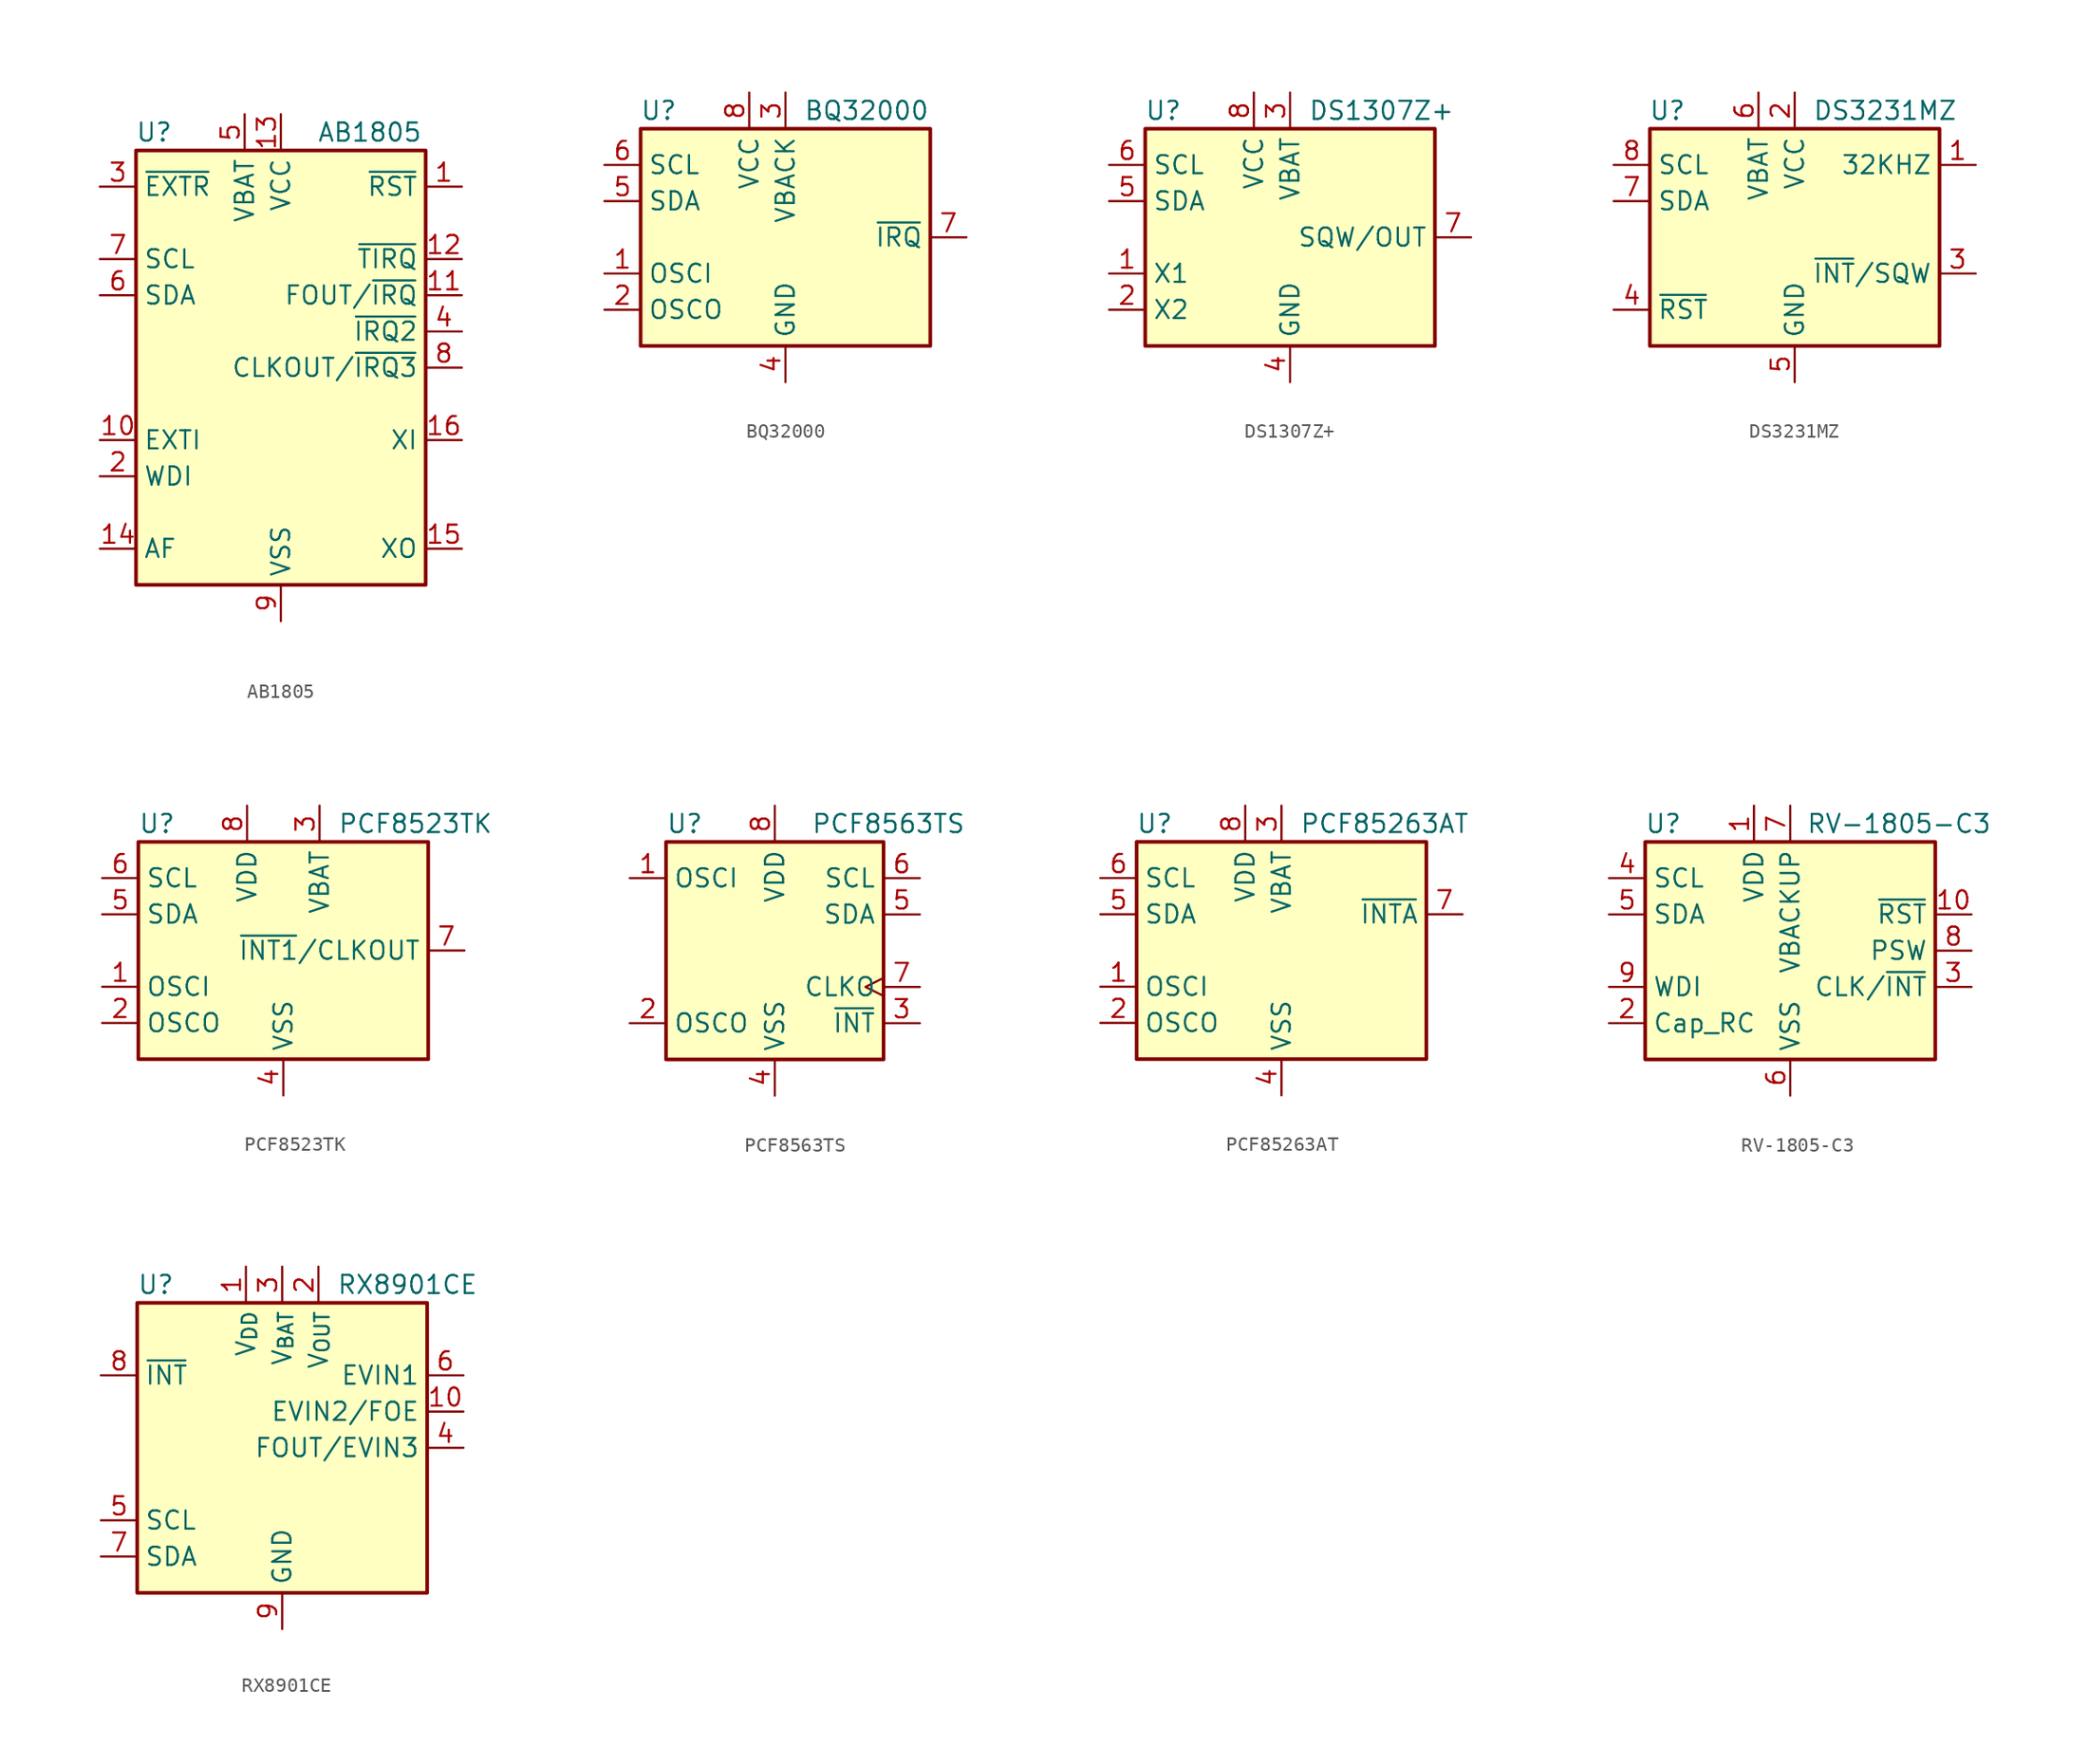
<source format=kicad_sym>
(kicad_symbol_lib
  (version 20231120)
  (generator "kicad_symbol_editor")
  (generator_version "8.0")
  (symbol "AB1805"
    (property "Reference" "U"
      (at -8.89 16.51 0)
      (effects (font (size 1.27 1.27))))
    (property "Value" "AB1805"
      (at 2.54 16.51 0)
      (effects (font (size 1.27 1.27)) (justify left)))
    (symbol "AB1805_0_1"
      (rectangle (start -10.16 15.24) (end 10.16 -15.24) (stroke (width 0.254) (type default)) (fill (type background))))
    (symbol "AB1805_1_1"
      (pin open_collector line (at 12.7 12.7 180) (length 2.54) (name "~{RST}" (effects (font (size 1.27 1.27)))) (number "1" (effects (font (size 1.27 1.27)))))
      (pin input line (at -12.7 -5.08 0) (length 2.54) (name "EXTI" (effects (font (size 1.27 1.27)))) (number "10" (effects (font (size 1.27 1.27)))))
      (pin open_collector line (at 12.7 5.08 180) (length 2.54) (name "FOUT/~{IRQ}" (effects (font (size 1.27 1.27)))) (number "11" (effects (font (size 1.27 1.27)))))
      (pin open_collector line (at 12.7 7.62 180) (length 2.54) (name "~{TIRQ}" (effects (font (size 1.27 1.27)))) (number "12" (effects (font (size 1.27 1.27)))))
      (pin power_in line (at 0 17.78 270) (length 2.54) (name "VCC" (effects (font (size 1.27 1.27)))) (number "13" (effects (font (size 1.27 1.27)))))
      (pin passive line (at -12.7 -12.7 0) (length 2.54) (name "AF" (effects (font (size 1.27 1.27)))) (number "14" (effects (font (size 1.27 1.27)))))
      (pin output line (at 12.7 -12.7 180) (length 2.54) (name "XO" (effects (font (size 1.27 1.27)))) (number "15" (effects (font (size 1.27 1.27)))))
      (pin input line (at 12.7 -5.08 180) (length 2.54) (name "XI" (effects (font (size 1.27 1.27)))) (number "16" (effects (font (size 1.27 1.27)))))
      (pin passive line (at 0 -17.78 90) (length 2.54) hide (name "VSS" (effects (font (size 1.27 1.27)))) (number "17" (effects (font (size 1.27 1.27)))))
      (pin input line (at -12.7 -7.62 0) (length 2.54) (name "WDI" (effects (font (size 1.27 1.27)))) (number "2" (effects (font (size 1.27 1.27)))))
      (pin input line (at -12.7 12.7 0) (length 2.54) (name "~{EXTR}" (effects (font (size 1.27 1.27)))) (number "3" (effects (font (size 1.27 1.27)))))
      (pin open_collector line (at 12.7 2.54 180) (length 2.54) (name "~{IRQ2}" (effects (font (size 1.27 1.27)))) (number "4" (effects (font (size 1.27 1.27)))))
      (pin power_in line (at -2.54 17.78 270) (length 2.54) (name "VBAT" (effects (font (size 1.27 1.27)))) (number "5" (effects (font (size 1.27 1.27)))))
      (pin bidirectional line (at -12.7 5.08 0) (length 2.54) (name "SDA" (effects (font (size 1.27 1.27)))) (number "6" (effects (font (size 1.27 1.27)))))
      (pin input line (at -12.7 7.62 0) (length 2.54) (name "SCL" (effects (font (size 1.27 1.27)))) (number "7" (effects (font (size 1.27 1.27)))))
      (pin output line (at 12.7 0 180) (length 2.54) (name "CLKOUT/~{IRQ3}" (effects (font (size 1.27 1.27)))) (number "8" (effects (font (size 1.27 1.27)))))
      (pin power_in line (at 0 -17.78 90) (length 2.54) (name "VSS" (effects (font (size 1.27 1.27)))) (number "9" (effects (font (size 1.27 1.27)))))))
  (symbol "BQ32000"
    (property "Reference" "U"
      (at -8.89 8.89 0)
      (effects (font (size 1.27 1.27))))
    (property "Value" "BQ32000"
      (at 1.27 8.89 0)
      (effects (font (size 1.27 1.27)) (justify left)))
    (symbol "BQ32000_0_1"
      (rectangle (start -10.16 7.62) (end 10.16 -7.62) (stroke (width 0.254) (type default)) (fill (type background))))
    (symbol "BQ32000_1_1"
      (pin input line (at -12.7 -2.54 0) (length 2.54) (name "OSCI" (effects (font (size 1.27 1.27)))) (number "1" (effects (font (size 1.27 1.27)))))
      (pin input line (at -12.7 -5.08 0) (length 2.54) (name "OSCO" (effects (font (size 1.27 1.27)))) (number "2" (effects (font (size 1.27 1.27)))))
      (pin power_in line (at 0 10.16 270) (length 2.54) (name "VBACK" (effects (font (size 1.27 1.27)))) (number "3" (effects (font (size 1.27 1.27)))))
      (pin power_in line (at 0 -10.16 90) (length 2.54) (name "GND" (effects (font (size 1.27 1.27)))) (number "4" (effects (font (size 1.27 1.27)))))
      (pin bidirectional line (at -12.7 2.54 0) (length 2.54) (name "SDA" (effects (font (size 1.27 1.27)))) (number "5" (effects (font (size 1.27 1.27)))))
      (pin input line (at -12.7 5.08 0) (length 2.54) (name "SCL" (effects (font (size 1.27 1.27)))) (number "6" (effects (font (size 1.27 1.27)))))
      (pin open_collector line (at 12.7 0 180) (length 2.54) (name "~{IRQ}" (effects (font (size 1.27 1.27)))) (number "7" (effects (font (size 1.27 1.27)))))
      (pin power_in line (at -2.54 10.16 270) (length 2.54) (name "VCC" (effects (font (size 1.27 1.27)))) (number "8" (effects (font (size 1.27 1.27)))))))
  (symbol "DS1307Z+"
    (property "Reference" "U"
      (at -8.89 8.89 0)
      (effects (font (size 1.27 1.27))))
    (property "Value" "DS1307Z+"
      (at 1.27 8.89 0)
      (effects (font (size 1.27 1.27)) (justify left)))
    (symbol "DS1307Z+_0_1"
      (rectangle (start -10.16 7.62) (end 10.16 -7.62) (stroke (width 0.254) (type default)) (fill (type background))))
    (symbol "DS1307Z+_1_1"
      (pin input line (at -12.7 -2.54 0) (length 2.54) (name "X1" (effects (font (size 1.27 1.27)))) (number "1" (effects (font (size 1.27 1.27)))))
      (pin input line (at -12.7 -5.08 0) (length 2.54) (name "X2" (effects (font (size 1.27 1.27)))) (number "2" (effects (font (size 1.27 1.27)))))
      (pin power_in line (at 0 10.16 270) (length 2.54) (name "VBAT" (effects (font (size 1.27 1.27)))) (number "3" (effects (font (size 1.27 1.27)))))
      (pin power_in line (at 0 -10.16 90) (length 2.54) (name "GND" (effects (font (size 1.27 1.27)))) (number "4" (effects (font (size 1.27 1.27)))))
      (pin bidirectional line (at -12.7 2.54 0) (length 2.54) (name "SDA" (effects (font (size 1.27 1.27)))) (number "5" (effects (font (size 1.27 1.27)))))
      (pin input line (at -12.7 5.08 0) (length 2.54) (name "SCL" (effects (font (size 1.27 1.27)))) (number "6" (effects (font (size 1.27 1.27)))))
      (pin open_collector line (at 12.7 0 180) (length 2.54) (name "SQW/OUT" (effects (font (size 1.27 1.27)))) (number "7" (effects (font (size 1.27 1.27)))))
      (pin power_in line (at -2.54 10.16 270) (length 2.54) (name "VCC" (effects (font (size 1.27 1.27)))) (number "8" (effects (font (size 1.27 1.27)))))))
  (symbol "DS3231MZ"
    (property "Reference" "U"
      (at -7.62 8.89 0)
      (effects (font (size 1.27 1.27)) (justify right)))
    (property "Value" "DS3231MZ"
      (at 11.43 8.89 0)
      (effects (font (size 1.27 1.27)) (justify right)))
    (symbol "DS3231MZ_0_1"
      (rectangle (start -10.16 7.62) (end 10.16 -7.62) (stroke (width 0.254) (type default)) (fill (type background))))
    (symbol "DS3231MZ_1_1"
      (pin open_collector line (at 12.7 5.08 180) (length 2.54) (name "32KHZ" (effects (font (size 1.27 1.27)))) (number "1" (effects (font (size 1.27 1.27)))))
      (pin power_in line (at 0 10.16 270) (length 2.54) (name "VCC" (effects (font (size 1.27 1.27)))) (number "2" (effects (font (size 1.27 1.27)))))
      (pin open_collector line (at 12.7 -2.54 180) (length 2.54) (name "~{INT}/SQW" (effects (font (size 1.27 1.27)))) (number "3" (effects (font (size 1.27 1.27)))))
      (pin bidirectional line (at -12.7 -5.08 0) (length 2.54) (name "~{RST}" (effects (font (size 1.27 1.27)))) (number "4" (effects (font (size 1.27 1.27)))))
      (pin power_in line (at 0 -10.16 90) (length 2.54) (name "GND" (effects (font (size 1.27 1.27)))) (number "5" (effects (font (size 1.27 1.27)))))
      (pin power_in line (at -2.54 10.16 270) (length 2.54) (name "VBAT" (effects (font (size 1.27 1.27)))) (number "6" (effects (font (size 1.27 1.27)))))
      (pin bidirectional line (at -12.7 2.54 0) (length 2.54) (name "SDA" (effects (font (size 1.27 1.27)))) (number "7" (effects (font (size 1.27 1.27)))))
      (pin input line (at -12.7 5.08 0) (length 2.54) (name "SCL" (effects (font (size 1.27 1.27)))) (number "8" (effects (font (size 1.27 1.27)))))))
  (symbol "PCF8523TK"
    (property "Reference" "U"
      (at -10.16 8.89 0)
      (effects (font (size 1.27 1.27)) (justify left)))
    (property "Value" "PCF8523TK"
      (at 3.81 8.89 0)
      (effects (font (size 1.27 1.27)) (justify left)))
    (symbol "PCF8523TK_0_1"
      (rectangle (start -10.16 7.62) (end 10.16 -7.62) (stroke (width 0.254) (type default)) (fill (type background))))
    (symbol "PCF8523TK_1_1"
      (pin input line (at -12.7 -2.54 0) (length 2.54) (name "OSCI" (effects (font (size 1.27 1.27)))) (number "1" (effects (font (size 1.27 1.27)))))
      (pin output line (at -12.7 -5.08 0) (length 2.54) (name "OSCO" (effects (font (size 1.27 1.27)))) (number "2" (effects (font (size 1.27 1.27)))))
      (pin power_in line (at 2.54 10.16 270) (length 2.54) (name "VBAT" (effects (font (size 1.27 1.27)))) (number "3" (effects (font (size 1.27 1.27)))))
      (pin power_in line (at 0 -10.16 90) (length 2.54) (name "VSS" (effects (font (size 1.27 1.27)))) (number "4" (effects (font (size 1.27 1.27)))))
      (pin bidirectional line (at -12.7 2.54 0) (length 2.54) (name "SDA" (effects (font (size 1.27 1.27)))) (number "5" (effects (font (size 1.27 1.27)))))
      (pin input line (at -12.7 5.08 0) (length 2.54) (name "SCL" (effects (font (size 1.27 1.27)))) (number "6" (effects (font (size 1.27 1.27)))))
      (pin open_collector line (at 12.7 0 180) (length 2.54) (name "~{INT1}/CLKOUT" (effects (font (size 1.27 1.27)))) (number "7" (effects (font (size 1.27 1.27)))))
      (pin power_in line (at -2.54 10.16 270) (length 2.54) (name "VDD" (effects (font (size 1.27 1.27)))) (number "8" (effects (font (size 1.27 1.27)))))
      (pin passive line (at 0 -10.16 90) (length 2.54) hide (name "VSS" (effects (font (size 1.27 1.27)))) (number "9" (effects (font (size 1.27 1.27)))))))
  (symbol "PCF8563TS"
    (property "Reference" "U"
      (at -7.62 8.89 0)
      (effects (font (size 1.27 1.27)) (justify left)))
    (property "Value" "PCF8563TS"
      (at 2.54 8.89 0)
      (effects (font (size 1.27 1.27)) (justify left)))
    (symbol "PCF8563TS_0_1"
      (rectangle (start -7.62 7.62) (end 7.62 -7.62) (stroke (width 0.254) (type default)) (fill (type background))))
    (symbol "PCF8563TS_1_1"
      (pin input line (at -10.16 5.08 0) (length 2.54) (name "OSCI" (effects (font (size 1.27 1.27)))) (number "1" (effects (font (size 1.27 1.27)))))
      (pin output line (at -10.16 -5.08 0) (length 2.54) (name "OSCO" (effects (font (size 1.27 1.27)))) (number "2" (effects (font (size 1.27 1.27)))))
      (pin output line (at 10.16 -5.08 180) (length 2.54) (name "~{INT}" (effects (font (size 1.27 1.27)))) (number "3" (effects (font (size 1.27 1.27)))))
      (pin power_in line (at 0 -10.16 90) (length 2.54) (name "VSS" (effects (font (size 1.27 1.27)))) (number "4" (effects (font (size 1.27 1.27)))))
      (pin bidirectional line (at 10.16 2.54 180) (length 2.54) (name "SDA" (effects (font (size 1.27 1.27)))) (number "5" (effects (font (size 1.27 1.27)))))
      (pin input line (at 10.16 5.08 180) (length 2.54) (name "SCL" (effects (font (size 1.27 1.27)))) (number "6" (effects (font (size 1.27 1.27)))))
      (pin output clock (at 10.16 -2.54 180) (length 2.54) (name "CLKO" (effects (font (size 1.27 1.27)))) (number "7" (effects (font (size 1.27 1.27)))))
      (pin power_in line (at 0 10.16 270) (length 2.54) (name "VDD" (effects (font (size 1.27 1.27)))) (number "8" (effects (font (size 1.27 1.27)))))))
  (symbol "PCF85263AT"
    (property "Reference" "U"
      (at -8.89 8.89 0)
      (effects (font (size 1.27 1.27))))
    (property "Value" "PCF85263AT"
      (at 1.27 8.89 0)
      (effects (font (size 1.27 1.27)) (justify left)))
    (symbol "PCF85263AT_0_1"
      (rectangle (start -10.16 7.62) (end 10.16 -7.62) (stroke (width 0.254) (type default)) (fill (type background))))
    (symbol "PCF85263AT_1_1"
      (pin input line (at -12.7 -2.54 0) (length 2.54) (name "OSCI" (effects (font (size 1.27 1.27)))) (number "1" (effects (font (size 1.27 1.27)))))
      (pin output line (at -12.7 -5.08 0) (length 2.54) (name "OSCO" (effects (font (size 1.27 1.27)))) (number "2" (effects (font (size 1.27 1.27)))))
      (pin power_in line (at 0 10.16 270) (length 2.54) (name "VBAT" (effects (font (size 1.27 1.27)))) (number "3" (effects (font (size 1.27 1.27)))))
      (pin power_in line (at 0 -10.16 90) (length 2.54) (name "VSS" (effects (font (size 1.27 1.27)))) (number "4" (effects (font (size 1.27 1.27)))))
      (pin bidirectional line (at -12.7 2.54 0) (length 2.54) (name "SDA" (effects (font (size 1.27 1.27)))) (number "5" (effects (font (size 1.27 1.27)))))
      (pin input line (at -12.7 5.08 0) (length 2.54) (name "SCL" (effects (font (size 1.27 1.27)))) (number "6" (effects (font (size 1.27 1.27)))))
      (pin open_collector line (at 12.7 2.54 180) (length 2.54) (name "~{INTA}" (effects (font (size 1.27 1.27)))) (number "7" (effects (font (size 1.27 1.27)))))
      (pin power_in line (at -2.54 10.16 270) (length 2.54) (name "VDD" (effects (font (size 1.27 1.27)))) (number "8" (effects (font (size 1.27 1.27)))))))
  (symbol "RV-1805-C3"
    (property "Reference" "U"
      (at -8.89 8.89 0)
      (effects (font (size 1.27 1.27))))
    (property "Value" "RV-1805-C3"
      (at 7.62 8.89 0)
      (effects (font (size 1.27 1.27))))
    (symbol "RV-1805-C3_0_1"
      (rectangle (start 10.16 7.62) (end -10.16 -7.62) (stroke (width 0.254) (type default)) (fill (type background))))
    (symbol "RV-1805-C3_1_1"
      (pin power_in line (at -2.54 10.16 270) (length 2.54) (name "VDD" (effects (font (size 1.27 1.27)))) (number "1" (effects (font (size 1.27 1.27)))))
      (pin open_collector line (at 12.7 2.54 180) (length 2.54) (name "~{RST}" (effects (font (size 1.27 1.27)))) (number "10" (effects (font (size 1.27 1.27)))))
      (pin passive line (at -12.7 -5.08 0) (length 2.54) (name "Cap_RC" (effects (font (size 1.27 1.27)))) (number "2" (effects (font (size 1.27 1.27)))))
      (pin open_collector line (at 12.7 -2.54 180) (length 2.54) (name "CLK/~{INT}" (effects (font (size 1.27 1.27)))) (number "3" (effects (font (size 1.27 1.27)))))
      (pin input line (at -12.7 5.08 0) (length 2.54) (name "SCL" (effects (font (size 1.27 1.27)))) (number "4" (effects (font (size 1.27 1.27)))))
      (pin bidirectional line (at -12.7 2.54 0) (length 2.54) (name "SDA" (effects (font (size 1.27 1.27)))) (number "5" (effects (font (size 1.27 1.27)))))
      (pin power_in line (at 0 -10.16 90) (length 2.54) (name "VSS" (effects (font (size 1.27 1.27)))) (number "6" (effects (font (size 1.27 1.27)))))
      (pin power_in line (at 0 10.16 270) (length 2.54) (name "VBACKUP" (effects (font (size 1.27 1.27)))) (number "7" (effects (font (size 1.27 1.27)))))
      (pin open_collector line (at 12.7 0 180) (length 2.54) (name "PSW" (effects (font (size 1.27 1.27)))) (number "8" (effects (font (size 1.27 1.27)))))
      (pin input line (at -12.7 -2.54 0) (length 2.54) (name "WDI" (effects (font (size 1.27 1.27)))) (number "9" (effects (font (size 1.27 1.27)))))))
  (symbol "RX8901CE"
    (property "Reference" "U"
      (at -10.16 11.43 0)
      (effects (font (size 1.27 1.27)) (justify left)))
    (property "Value" "RX8901CE"
      (at 3.81 11.43 0)
      (effects (font (size 1.27 1.27)) (justify left)))
    (symbol "RX8901CE_0_1"
      (rectangle (start -10.16 10.16) (end 10.16 -10.16) (stroke (width 0.254) (type default)) (fill (type background))))
    (symbol "RX8901CE_1_1"
      (pin power_in line (at -2.54 12.7 270) (length 2.54) (name "V_{DD}" (effects (font (size 1.27 1.27)))) (number "1" (effects (font (size 1.27 1.27)))))
      (pin bidirectional line (at 12.7 2.54 180) (length 2.54) (name "EVIN2/FOE" (effects (font (size 1.27 1.27)))) (number "10" (effects (font (size 1.27 1.27)))))
      (pin power_out line (at 2.54 12.7 270) (length 2.54) (name "V_{OUT}" (effects (font (size 1.27 1.27)))) (number "2" (effects (font (size 1.27 1.27)))))
      (pin power_in line (at 0 12.7 270) (length 2.54) (name "V_{BAT}" (effects (font (size 1.27 1.27)))) (number "3" (effects (font (size 1.27 1.27)))))
      (pin bidirectional line (at 12.7 0 180) (length 2.54) (name "FOUT/EVIN3" (effects (font (size 1.27 1.27)))) (number "4" (effects (font (size 1.27 1.27)))))
      (pin input line (at -12.7 -5.08 0) (length 2.54) (name "SCL" (effects (font (size 1.27 1.27)))) (number "5" (effects (font (size 1.27 1.27)))))
      (pin passive line (at 12.7 5.08 180) (length 2.54) (name "EVIN1" (effects (font (size 1.27 1.27)))) (number "6" (effects (font (size 1.27 1.27)))))
      (pin bidirectional line (at -12.7 -7.62 0) (length 2.54) (name "SDA" (effects (font (size 1.27 1.27)))) (number "7" (effects (font (size 1.27 1.27)))))
      (pin open_collector line (at -12.7 5.08 0) (length 2.54) (name "~{INT}" (effects (font (size 1.27 1.27)))) (number "8" (effects (font (size 1.27 1.27)))))
      (pin power_in line (at 0 -12.7 90) (length 2.54) (name "GND" (effects (font (size 1.27 1.27)))) (number "9" (effects (font (size 1.27 1.27))))))))
</source>
